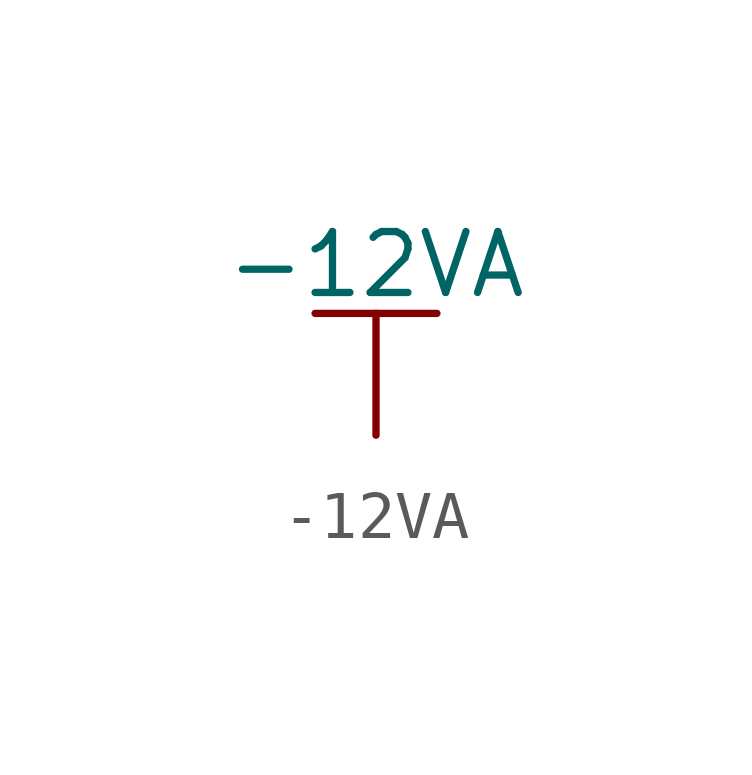
<source format=kicad_sym>
(kicad_symbol_lib
  (version 20220914)
  (generator kicad_symbol_editor)
  (symbol "-12VA"
    (power)
    (pin_names
      (offset 0))
    (property "Reference" "#PWR"
      (at 0 -3.81 0)
      (effects (font (size 1.27 1.27)) hide))
    (property "Value" "-12VA"
      (at 0 3.556 0)
      (effects (font (size 1.27 1.27))))
    (symbol "-12VA_0_0"
      (pin power_in line (at 0 0 90) (length 0) hide (name "-12VA" (effects (font (size 1.27 1.27)))) (number "1" (effects (font (size 1.27 1.27))))))
    (symbol "-12VA_0_1"
      (polyline (pts (xy -1.27 2.54) (xy 1.27 2.54)) (stroke (width 0) (type solid)) (fill (type none)))
      (polyline (pts (xy 0 0) (xy 0 2.54)) (stroke (width 0) (type solid)) (fill (type none))))))
</source>
